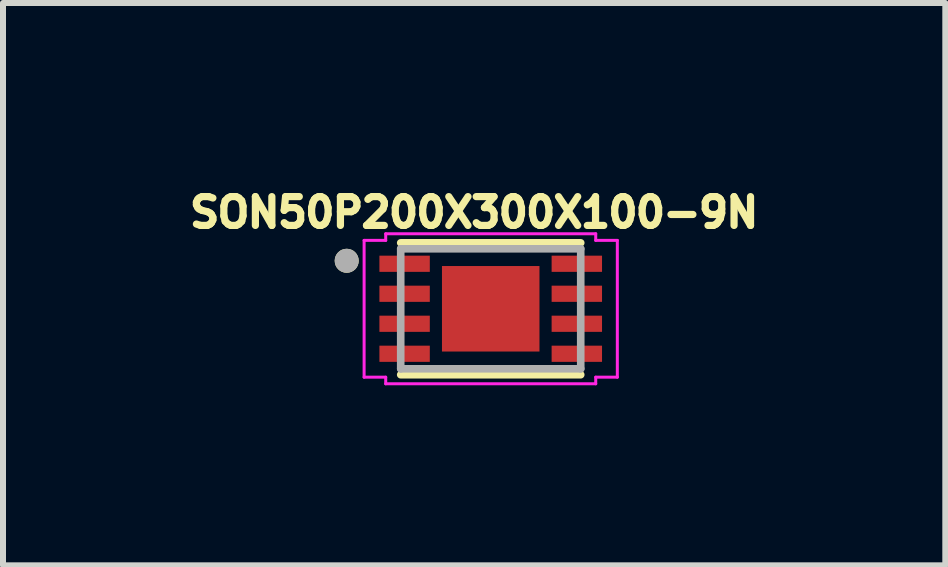
<source format=kicad_pcb>
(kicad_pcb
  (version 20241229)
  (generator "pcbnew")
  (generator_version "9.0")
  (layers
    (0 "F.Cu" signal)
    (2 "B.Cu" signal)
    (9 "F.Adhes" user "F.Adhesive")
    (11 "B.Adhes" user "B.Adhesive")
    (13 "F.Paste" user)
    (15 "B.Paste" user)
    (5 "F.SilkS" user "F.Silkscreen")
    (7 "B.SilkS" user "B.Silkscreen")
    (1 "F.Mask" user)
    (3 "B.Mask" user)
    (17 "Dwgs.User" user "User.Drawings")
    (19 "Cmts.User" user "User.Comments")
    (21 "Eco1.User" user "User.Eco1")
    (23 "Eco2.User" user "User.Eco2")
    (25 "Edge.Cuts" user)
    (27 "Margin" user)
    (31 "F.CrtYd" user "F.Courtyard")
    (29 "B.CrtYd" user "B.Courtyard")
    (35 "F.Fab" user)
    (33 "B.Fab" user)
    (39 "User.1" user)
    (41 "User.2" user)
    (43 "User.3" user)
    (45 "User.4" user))
  (footprint "SON50P200X300X100-9N"
    (layer "F.Cu")
    (at 5.128 2.096)
    (property "Reference" "SON50P200X300X100-9N" (at -0.276 -1.605 0) (layer "F.SilkS") (effects (font (size 0.48 0.48) (thickness 0.15))))
    (attr smd)
    (fp_line (start -1.5 -1.099) (end 1.5 -1.099) (stroke (width 0.127) (type solid)) (layer "F.SilkS"))
    (fp_line (start -1.5 1.099) (end 1.5 1.099) (stroke (width 0.127) (type solid)) (layer "F.SilkS"))
    (fp_circle (center -2.4 -0.8) (end -2.3 -0.8) (stroke (width 0.2) (type solid)) (fill no) (layer "F.SilkS"))
    (fp_poly (pts (xy -0.665 -0.49) (xy -0.075 -0.49) (xy -0.075 0.49) (xy -0.665 0.49)) (stroke (width 0.01) (type solid)) (fill yes) (layer "F.Paste"))
    (fp_poly (pts (xy 0.075 -0.49) (xy 0.665 -0.49) (xy 0.665 0.49) (xy 0.075 0.49)) (stroke (width 0.01) (type solid)) (fill yes) (layer "F.Paste"))
    (fp_line (start -2.11 -1.14) (end -1.75 -1.14) (stroke (width 0.05) (type solid)) (layer "F.CrtYd"))
    (fp_line (start -2.11 1.14) (end -2.11 -1.14) (stroke (width 0.05) (type solid)) (layer "F.CrtYd"))
    (fp_line (start -1.75 -1.25) (end 1.75 -1.25) (stroke (width 0.05) (type solid)) (layer "F.CrtYd"))
    (fp_line (start -1.75 -1.14) (end -1.75 -1.25) (stroke (width 0.05) (type solid)) (layer "F.CrtYd"))
    (fp_line (start -1.75 1.14) (end -2.11 1.14) (stroke (width 0.05) (type solid)) (layer "F.CrtYd"))
    (fp_line (start -1.75 1.25) (end -1.75 1.14) (stroke (width 0.05) (type solid)) (layer "F.CrtYd"))
    (fp_line (start 1.75 -1.25) (end 1.75 -1.14) (stroke (width 0.05) (type solid)) (layer "F.CrtYd"))
    (fp_line (start 1.75 -1.14) (end 2.11 -1.14) (stroke (width 0.05) (type solid)) (layer "F.CrtYd"))
    (fp_line (start 1.75 1.14) (end 1.75 1.25) (stroke (width 0.05) (type solid)) (layer "F.CrtYd"))
    (fp_line (start 1.75 1.25) (end -1.75 1.25) (stroke (width 0.05) (type solid)) (layer "F.CrtYd"))
    (fp_line (start 2.11 -1.14) (end 2.11 1.14) (stroke (width 0.05) (type solid)) (layer "F.CrtYd"))
    (fp_line (start 2.11 1.14) (end 1.75 1.14) (stroke (width 0.05) (type solid)) (layer "F.CrtYd"))
    (fp_line (start -1.5 -1) (end 1.5 -1) (stroke (width 0.127) (type solid)) (layer "F.Fab"))
    (fp_line (start -1.5 1) (end -1.5 -1) (stroke (width 0.127) (type solid)) (layer "F.Fab"))
    (fp_line (start 1.5 -1) (end 1.5 1) (stroke (width 0.127) (type solid)) (layer "F.Fab"))
    (fp_line (start 1.5 1) (end -1.5 1) (stroke (width 0.127) (type solid)) (layer "F.Fab"))
    (fp_circle (center -2.4 -0.8) (end -2.3 -0.8) (stroke (width 0.2) (type solid)) (fill no) (layer "F.Fab"))
    (pad "1" smd roundrect (at -1.435 -0.75) (size 0.84 0.27) (layers "F.Cu" "F.Mask" "F.Paste") (roundrect_rratio 0.01))
    (pad "2" smd roundrect (at -1.435 -0.25) (size 0.84 0.27) (layers "F.Cu" "F.Mask" "F.Paste") (roundrect_rratio 0.01))
    (pad "3" smd roundrect (at -1.435 0.25) (size 0.84 0.27) (layers "F.Cu" "F.Mask" "F.Paste") (roundrect_rratio 0.01))
    (pad "4" smd roundrect (at -1.435 0.75) (size 0.84 0.27) (layers "F.Cu" "F.Mask" "F.Paste") (roundrect_rratio 0.01))
    (pad "5" smd roundrect (at 1.435 0.75 180) (size 0.84 0.27) (layers "F.Cu" "F.Mask" "F.Paste") (roundrect_rratio 0.01))
    (pad "6" smd roundrect (at 1.435 0.25 180) (size 0.84 0.27) (layers "F.Cu" "F.Mask" "F.Paste") (roundrect_rratio 0.01))
    (pad "7" smd roundrect (at 1.435 -0.25 180) (size 0.84 0.27) (layers "F.Cu" "F.Mask" "F.Paste") (roundrect_rratio 0.01))
    (pad "8" smd roundrect (at 1.435 -0.75 180) (size 0.84 0.27) (layers "F.Cu" "F.Mask" "F.Paste") (roundrect_rratio 0.01))
    (pad "9" smd rect (at 0 0 180) (size 1.625 1.425) (layers "F.Cu" "F.Mask")))
  (gr_rect
    (start -3 -3)
    (end 12.704 6.371)
    (stroke (width 0.1) (type default))
    (fill no)
    (layer "Edge.Cuts")))
</source>
